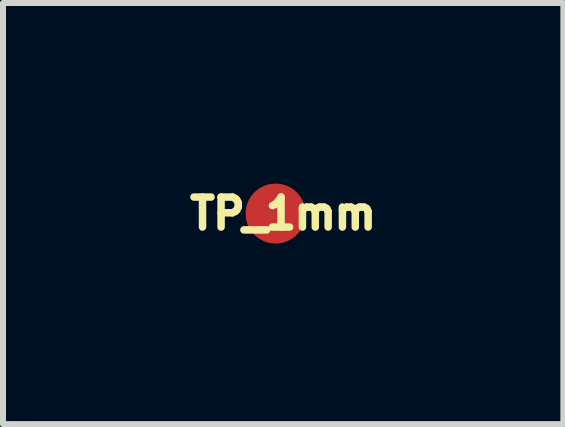
<source format=kicad_pcb>
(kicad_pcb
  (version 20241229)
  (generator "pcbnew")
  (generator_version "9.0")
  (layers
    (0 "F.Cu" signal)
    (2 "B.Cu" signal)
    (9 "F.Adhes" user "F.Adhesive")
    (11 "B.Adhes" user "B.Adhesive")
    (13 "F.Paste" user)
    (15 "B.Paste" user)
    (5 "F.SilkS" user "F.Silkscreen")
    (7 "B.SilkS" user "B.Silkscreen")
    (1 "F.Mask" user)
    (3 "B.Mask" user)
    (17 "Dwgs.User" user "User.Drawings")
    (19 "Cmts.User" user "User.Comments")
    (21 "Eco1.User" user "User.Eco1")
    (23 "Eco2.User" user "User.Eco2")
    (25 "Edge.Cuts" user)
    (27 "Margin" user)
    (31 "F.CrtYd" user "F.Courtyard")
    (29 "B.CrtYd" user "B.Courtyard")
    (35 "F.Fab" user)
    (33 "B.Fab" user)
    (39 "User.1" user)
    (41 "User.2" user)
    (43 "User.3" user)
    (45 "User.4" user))
  (footprint "TP_1mm"
    (layer "F.Cu")
    (at 1.546 0.512)
    (property "Reference" "TP_1mm" (at 0.127 0 0) (layer "F.SilkS") (effects (font (size 0.5 0.5) (thickness 0.125))))
    (attr through_hole)
    (pad "1" smd circle (at 0 0) (size 1 1) (layers "F.Cu" "F.Mask" "F.Paste")))
  (gr_rect
    (start -3 -3)
    (end 6.346 4.024)
    (stroke (width 0.1) (type default))
    (fill no)
    (layer "Edge.Cuts")))
</source>
